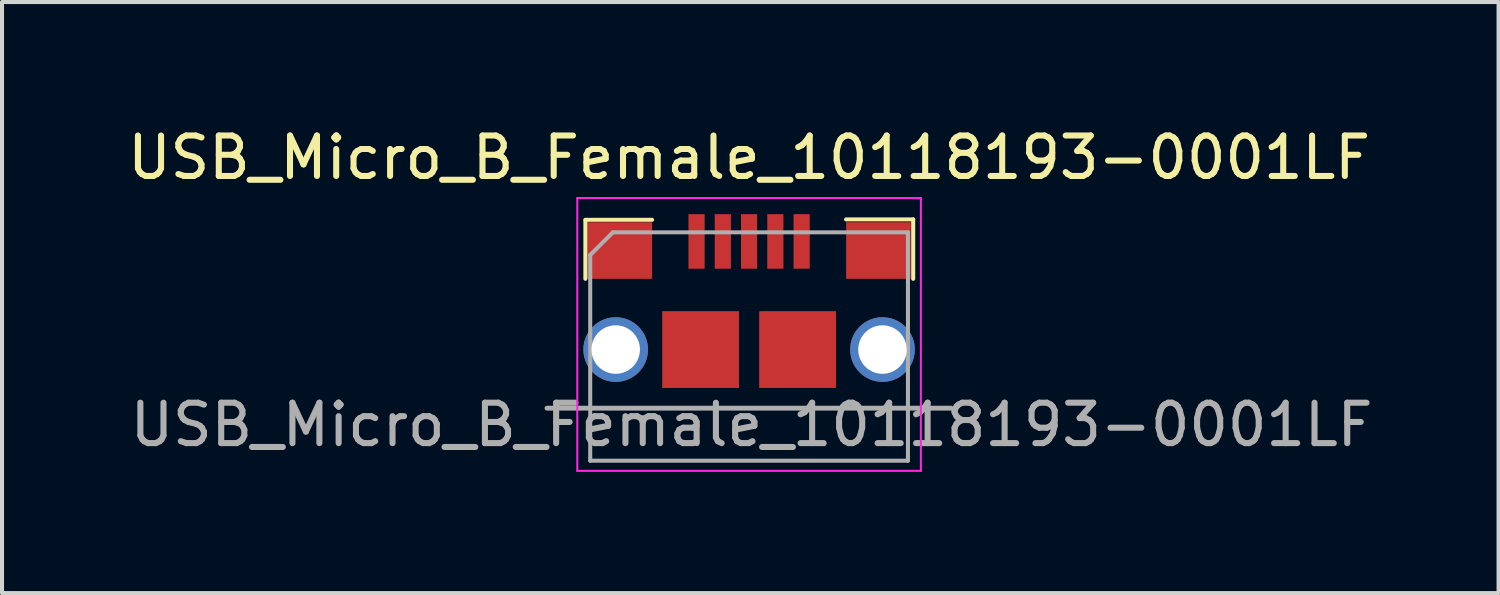
<source format=kicad_pcb>
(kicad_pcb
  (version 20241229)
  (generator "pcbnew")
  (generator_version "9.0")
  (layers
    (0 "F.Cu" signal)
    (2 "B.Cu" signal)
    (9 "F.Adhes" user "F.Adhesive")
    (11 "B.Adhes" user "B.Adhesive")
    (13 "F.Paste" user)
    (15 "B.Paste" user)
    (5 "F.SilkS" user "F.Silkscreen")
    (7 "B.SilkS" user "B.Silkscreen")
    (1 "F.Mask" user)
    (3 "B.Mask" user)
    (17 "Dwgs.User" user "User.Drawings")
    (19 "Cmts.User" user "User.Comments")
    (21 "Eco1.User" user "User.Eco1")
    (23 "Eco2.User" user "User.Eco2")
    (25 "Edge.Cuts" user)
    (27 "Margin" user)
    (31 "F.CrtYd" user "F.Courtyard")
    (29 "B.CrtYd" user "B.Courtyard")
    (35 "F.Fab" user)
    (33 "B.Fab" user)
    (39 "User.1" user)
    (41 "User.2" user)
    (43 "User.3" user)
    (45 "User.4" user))
  (footprint "USB_Micro_B_Female_10118193-0001LF"
    (layer "F.Cu")
    (at 15.482 5.598)
    (property "Reference" "USB_Micro_B_Female_10118193-0001LF" (at 0 -4.75 0) (layer "F.SilkS") (effects (font (size 1 1) (thickness 0.15))))
    (attr smd)
    (fp_line (start -4.05 -3.21) (end -2.4 -3.21) (stroke (width 0.1) (type solid)) (layer "F.SilkS"))
    (fp_line (start -4.05 -3.2) (end -4.05 -1.75) (stroke (width 0.1) (type solid)) (layer "F.SilkS"))
    (fp_line (start 4.06 -3.22) (end 2.4 -3.22) (stroke (width 0.1) (type solid)) (layer "F.SilkS"))
    (fp_line (start 4.06 -3.22) (end 4.06 -1.75) (stroke (width 0.1) (type solid)) (layer "F.SilkS"))
    (fp_line (start -4.25 -3.75) (end -4.25 3) (stroke (width 0.05) (type solid)) (layer "F.CrtYd"))
    (fp_line (start -4.25 -3.75) (end 4.25 -3.75) (stroke (width 0.05) (type solid)) (layer "F.CrtYd"))
    (fp_line (start -4.25 3) (end 4.25 3) (stroke (width 0.05) (type solid)) (layer "F.CrtYd"))
    (fp_line (start 4.25 -3.75) (end 4.25 3) (stroke (width 0.05) (type solid)) (layer "F.CrtYd"))
    (fp_line (start -5 1.45) (end 5 1.45) (stroke (width 0.12) (type solid)) (layer "F.Fab"))
    (fp_line (start -3.93 -2.34) (end -3.37 -2.9) (stroke (width 0.1) (type solid)) (layer "F.Fab"))
    (fp_line (start -3.93 2.75) (end -3.93 -2.34) (stroke (width 0.1) (type solid)) (layer "F.Fab"))
    (fp_line (start -3.93 2.75) (end 3.93 2.75) (stroke (width 0.1) (type solid)) (layer "F.Fab"))
    (fp_line (start 3.93 -2.9) (end -3.37 -2.9) (stroke (width 0.1) (type solid)) (layer "F.Fab"))
    (fp_line (start 3.93 2.75) (end 3.93 -2.9) (stroke (width 0.1) (type solid)) (layer "F.Fab"))
    (fp_text user "${REFERENCE}" (at 0.06 1.86 0) (layer "F.Fab") (effects (font (size 1 1) (thickness 0.15))))
    (pad "1" smd rect (at -1.3 -2.675) (size 0.4 1.35) (layers "F.Cu" "F.Mask" "F.Paste"))
    (pad "2" smd rect (at -0.65 -2.675) (size 0.4 1.35) (layers "F.Cu" "F.Mask" "F.Paste"))
    (pad "3" smd rect (at 0 -2.675) (size 0.4 1.35) (layers "F.Cu" "F.Mask" "F.Paste"))
    (pad "4" smd rect (at 0.65 -2.675) (size 0.4 1.35) (layers "F.Cu" "F.Mask" "F.Paste"))
    (pad "5" smd rect (at 1.3 -2.675) (size 0.4 1.35) (layers "F.Cu" "F.Mask" "F.Paste"))
    (pad "6" thru_hole circle (at -3.3 0) (size 1.6 1.6) (drill 1.2) (layers "*.Cu" "*.Mask"))
    (pad "6" smd rect (at -3.2 -2.45) (size 1.6 1.4) (layers "F.Cu" "F.Mask" "F.Paste"))
    (pad "6" smd rect (at -1.2 0) (size 1.9 1.9) (layers "F.Cu" "F.Mask" "F.Paste"))
    (pad "6" smd rect (at 1.2 0) (size 1.9 1.9) (layers "F.Cu" "F.Mask" "F.Paste"))
    (pad "6" smd rect (at 3.2 -2.45) (size 1.6 1.4) (layers "F.Cu" "F.Mask" "F.Paste"))
    (pad "6" thru_hole circle (at 3.3 0) (size 1.6 1.6) (drill 1.2) (layers "*.Cu" "*.Mask")))
  (gr_rect
    (start -3 -3)
    (end 34.024 11.623)
    (stroke (width 0.1) (type default))
    (fill no)
    (layer "Edge.Cuts")))
</source>
